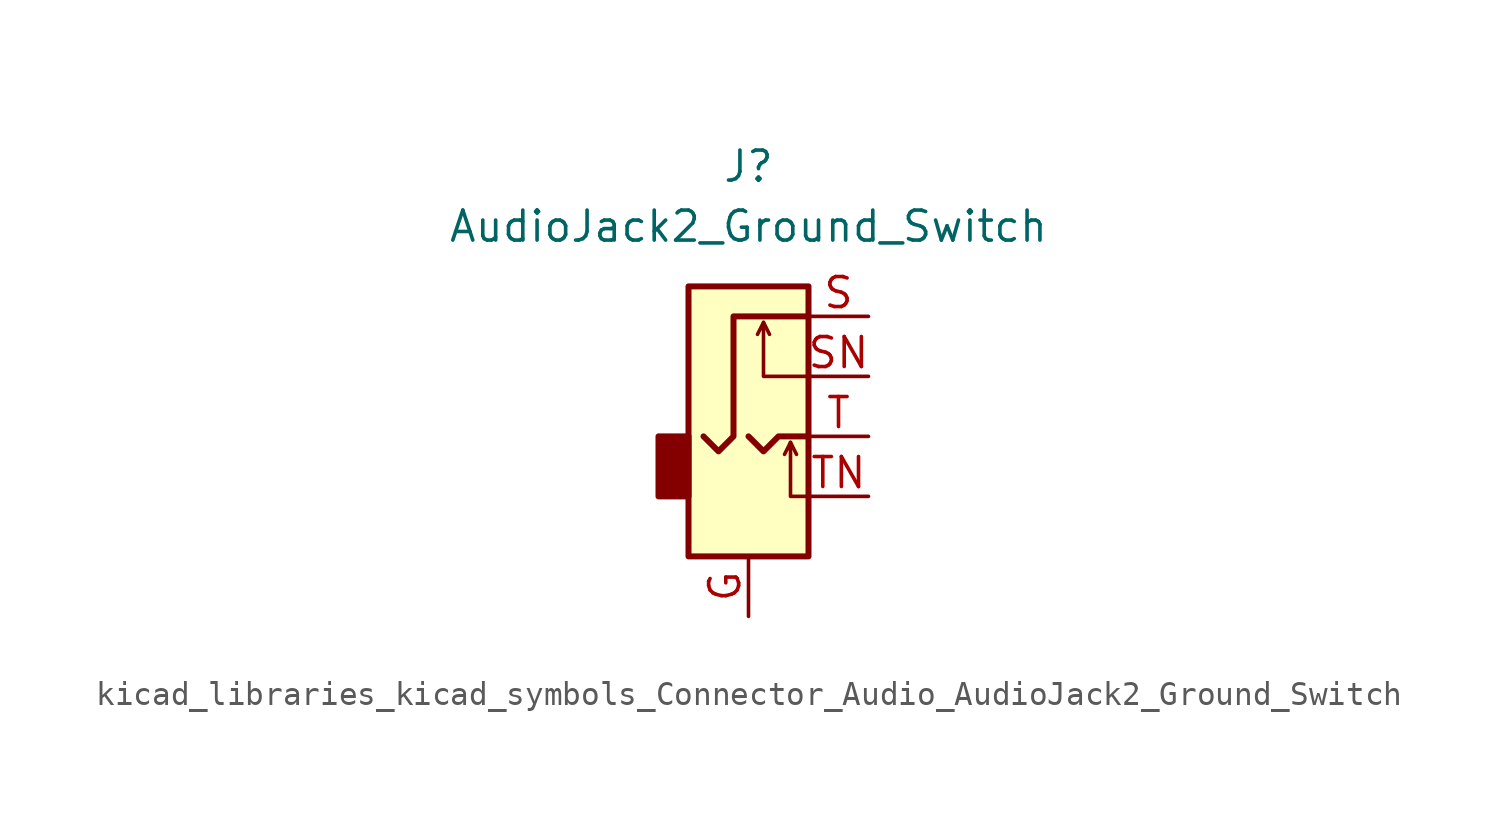
<source format=kicad_sym>
(kicad_symbol_lib
  (version 20220914)
  (generator kicad_symbol_editor)
  (symbol "kicad_libraries_kicad_symbols_Connector_Audio_AudioJack2_Ground_Switch"
    (property "Reference" "J"
      (at 0 11.43 0)
      (effects (font (size 1.27 1.27))))
    (property "Value" "AudioJack2_Ground_Switch"
      (at 0 8.89 0)
      (effects (font (size 1.27 1.27))))
    (symbol "kicad_libraries_kicad_symbols_Connector_Audio_AudioJack2_Ground_Switch_0_1"
      (rectangle (start -2.54 -2.54) (end -3.81 0) (stroke (width 0.254) (type default)) (fill (type outline)))
      (rectangle (start 2.54 6.35) (end -2.54 -5.08) (stroke (width 0.254) (type default)) (fill (type background))))
    (symbol "kicad_libraries_kicad_symbols_Connector_Audio_AudioJack2_Ground_Switch_1_1"
      (polyline (pts (xy 0.635 4.826) (xy 0.889 4.318)) (stroke (width 0) (type default)) (fill (type none)))
      (polyline (pts (xy 1.778 -0.254) (xy 2.032 -0.762)) (stroke (width 0) (type default)) (fill (type none)))
      (polyline (pts (xy 0 0) (xy 0.635 -0.635) (xy 1.27 0) (xy 2.54 0)) (stroke (width 0.254) (type default)) (fill (type none)))
      (polyline (pts (xy 2.54 -2.54) (xy 1.778 -2.54) (xy 1.778 -0.254) (xy 1.524 -0.762)) (stroke (width 0) (type default)) (fill (type none)))
      (polyline (pts (xy 2.54 2.54) (xy 0.635 2.54) (xy 0.635 4.826) (xy 0.381 4.318)) (stroke (width 0) (type default)) (fill (type none)))
      (polyline (pts (xy 2.54 5.08) (xy -0.635 5.08) (xy -0.635 0) (xy -1.27 -0.635) (xy -1.905 0)) (stroke (width 0.254) (type default)) (fill (type none)))
      (pin passive line (at 0 -7.62 90) (length 2.54) (name "~" (effects (font (size 1.27 1.27)))) (number "G" (effects (font (size 1.27 1.27)))))
      (pin passive line (at 5.08 5.08 180) (length 2.54) (name "~" (effects (font (size 1.27 1.27)))) (number "S" (effects (font (size 1.27 1.27)))))
      (pin passive line (at 5.08 2.54 180) (length 2.54) (name "~" (effects (font (size 1.27 1.27)))) (number "SN" (effects (font (size 1.27 1.27)))))
      (pin passive line (at 5.08 0 180) (length 2.54) (name "~" (effects (font (size 1.27 1.27)))) (number "T" (effects (font (size 1.27 1.27)))))
      (pin passive line (at 5.08 -2.54 180) (length 2.54) (name "~" (effects (font (size 1.27 1.27)))) (number "TN" (effects (font (size 1.27 1.27))))))))
</source>
